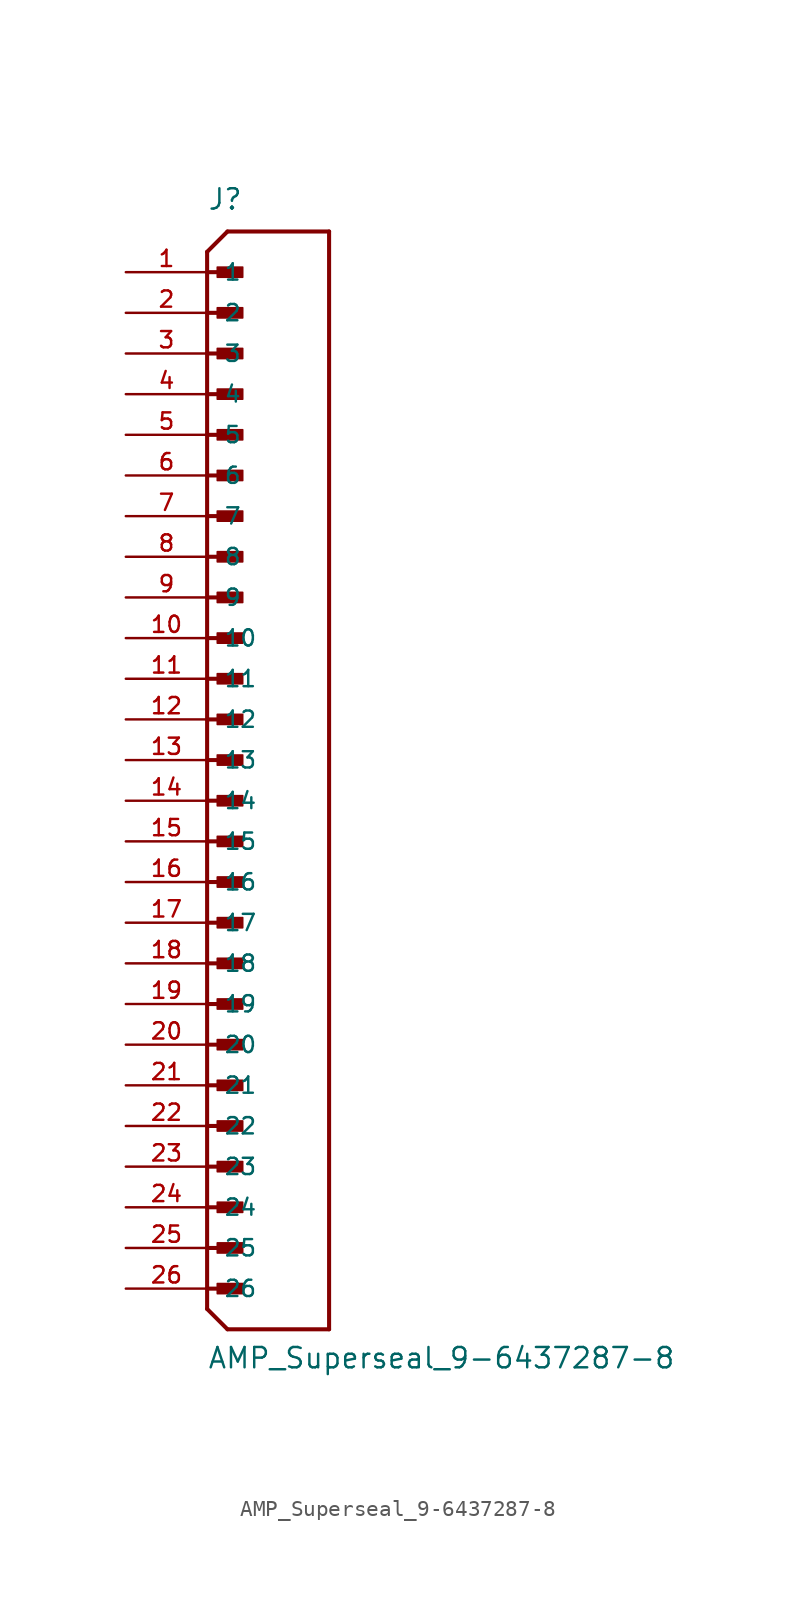
<source format=kicad_sym>
(kicad_symbol_lib
  (version 20241209)
  (generator "kicad_symbol_editor")
  (generator_version "9.0")
  (symbol "AMP_Superseal_9-6437287-8"
    (pin_names
      (offset 1.016))
    (property "Reference" "J"
      (at 0 34.29 0)
      (effects (font (size 1.27 1.27)) (justify left bottom)))
    (property "Value" "AMP_Superseal_9-6437287-8"
      (at 0 -38.1 0)
      (effects (font (size 1.27 1.27)) (justify left bottom)))
    (symbol "AMP_Superseal_9-6437287-8_0_0"
      (polyline (pts (xy 0 31.75) (xy 0 -34.29)) (stroke (width 0.254) (type default)) (fill (type none)))
      (polyline (pts (xy 0 31.75) (xy 1.27 33.02)) (stroke (width 0.254) (type default)) (fill (type none)))
      (polyline (pts (xy 0 30.48) (xy 1.905 30.48)) (stroke (width 0.254) (type default)) (fill (type none)))
      (polyline (pts (xy 0 27.94) (xy 1.905 27.94)) (stroke (width 0.254) (type default)) (fill (type none)))
      (polyline (pts (xy 0 25.4) (xy 1.905 25.4)) (stroke (width 0.254) (type default)) (fill (type none)))
      (polyline (pts (xy 0 22.86) (xy 1.905 22.86)) (stroke (width 0.254) (type default)) (fill (type none)))
      (polyline (pts (xy 0 20.32) (xy 1.905 20.32)) (stroke (width 0.254) (type default)) (fill (type none)))
      (polyline (pts (xy 0 17.78) (xy 1.905 17.78)) (stroke (width 0.254) (type default)) (fill (type none)))
      (polyline (pts (xy 0 15.24) (xy 1.905 15.24)) (stroke (width 0.254) (type default)) (fill (type none)))
      (polyline (pts (xy 0 12.7) (xy 1.905 12.7)) (stroke (width 0.254) (type default)) (fill (type none)))
      (polyline (pts (xy 0 10.16) (xy 1.905 10.16)) (stroke (width 0.254) (type default)) (fill (type none)))
      (polyline (pts (xy 0 7.62) (xy 1.905 7.62)) (stroke (width 0.254) (type default)) (fill (type none)))
      (polyline (pts (xy 0 5.08) (xy 1.905 5.08)) (stroke (width 0.254) (type default)) (fill (type none)))
      (polyline (pts (xy 0 2.54) (xy 1.905 2.54)) (stroke (width 0.254) (type default)) (fill (type none)))
      (polyline (pts (xy 0 0) (xy 1.905 0)) (stroke (width 0.254) (type default)) (fill (type none)))
      (polyline (pts (xy 0 -2.54) (xy 1.905 -2.54)) (stroke (width 0.254) (type default)) (fill (type none)))
      (polyline (pts (xy 0 -5.08) (xy 1.905 -5.08)) (stroke (width 0.254) (type default)) (fill (type none)))
      (polyline (pts (xy 0 -7.62) (xy 1.905 -7.62)) (stroke (width 0.254) (type default)) (fill (type none)))
      (polyline (pts (xy 0 -10.16) (xy 1.905 -10.16)) (stroke (width 0.254) (type default)) (fill (type none)))
      (polyline (pts (xy 0 -12.7) (xy 1.905 -12.7)) (stroke (width 0.254) (type default)) (fill (type none)))
      (polyline (pts (xy 0 -15.24) (xy 1.905 -15.24)) (stroke (width 0.254) (type default)) (fill (type none)))
      (polyline (pts (xy 0 -17.78) (xy 1.905 -17.78)) (stroke (width 0.254) (type default)) (fill (type none)))
      (polyline (pts (xy 0 -20.32) (xy 1.905 -20.32)) (stroke (width 0.254) (type default)) (fill (type none)))
      (polyline (pts (xy 0 -22.86) (xy 1.905 -22.86)) (stroke (width 0.254) (type default)) (fill (type none)))
      (polyline (pts (xy 0 -25.4) (xy 1.905 -25.4)) (stroke (width 0.254) (type default)) (fill (type none)))
      (polyline (pts (xy 0 -27.94) (xy 1.905 -27.94)) (stroke (width 0.254) (type default)) (fill (type none)))
      (polyline (pts (xy 0 -30.48) (xy 1.905 -30.48)) (stroke (width 0.254) (type default)) (fill (type none)))
      (polyline (pts (xy 0 -33.02) (xy 1.905 -33.02)) (stroke (width 0.254) (type default)) (fill (type none)))
      (polyline (pts (xy 0 -34.29) (xy 1.27 -35.56)) (stroke (width 0.254) (type default)) (fill (type none)))
      (rectangle (start 0.635 30.163) (end 2.223 30.797) (stroke (width 0.1) (type default)) (fill (type outline)))
      (rectangle (start 0.635 27.622) (end 2.223 28.258) (stroke (width 0.1) (type default)) (fill (type outline)))
      (rectangle (start 0.635 25.082) (end 2.223 25.718) (stroke (width 0.1) (type default)) (fill (type outline)))
      (rectangle (start 0.635 22.543) (end 2.223 23.177) (stroke (width 0.1) (type default)) (fill (type outline)))
      (rectangle (start 0.635 20.003) (end 2.223 20.637) (stroke (width 0.1) (type default)) (fill (type outline)))
      (rectangle (start 0.635 17.462) (end 2.223 18.098) (stroke (width 0.1) (type default)) (fill (type outline)))
      (rectangle (start 0.635 14.922) (end 2.223 15.557) (stroke (width 0.1) (type default)) (fill (type outline)))
      (rectangle (start 0.635 12.383) (end 2.223 13.018) (stroke (width 0.1) (type default)) (fill (type outline)))
      (rectangle (start 0.635 9.842) (end 2.223 10.477) (stroke (width 0.1) (type default)) (fill (type outline)))
      (rectangle (start 0.635 7.303) (end 2.223 7.938) (stroke (width 0.1) (type default)) (fill (type outline)))
      (rectangle (start 0.635 4.763) (end 2.223 5.397) (stroke (width 0.1) (type default)) (fill (type outline)))
      (rectangle (start 0.635 2.223) (end 2.223 2.857) (stroke (width 0.1) (type default)) (fill (type outline)))
      (rectangle (start 0.635 -0.318) (end 2.223 0.318) (stroke (width 0.1) (type default)) (fill (type outline)))
      (rectangle (start 0.635 -2.857) (end 2.223 -2.223) (stroke (width 0.1) (type default)) (fill (type outline)))
      (rectangle (start 0.635 -5.397) (end 2.223 -4.763) (stroke (width 0.1) (type default)) (fill (type outline)))
      (rectangle (start 0.635 -7.938) (end 2.223 -7.303) (stroke (width 0.1) (type default)) (fill (type outline)))
      (rectangle (start 0.635 -10.477) (end 2.223 -9.842) (stroke (width 0.1) (type default)) (fill (type outline)))
      (rectangle (start 0.635 -13.018) (end 2.223 -12.383) (stroke (width 0.1) (type default)) (fill (type outline)))
      (rectangle (start 0.635 -15.557) (end 2.223 -14.922) (stroke (width 0.1) (type default)) (fill (type outline)))
      (rectangle (start 0.635 -18.098) (end 2.223 -17.462) (stroke (width 0.1) (type default)) (fill (type outline)))
      (rectangle (start 0.635 -20.637) (end 2.223 -20.003) (stroke (width 0.1) (type default)) (fill (type outline)))
      (rectangle (start 0.635 -23.177) (end 2.223 -22.543) (stroke (width 0.1) (type default)) (fill (type outline)))
      (rectangle (start 0.635 -25.718) (end 2.223 -25.082) (stroke (width 0.1) (type default)) (fill (type outline)))
      (rectangle (start 0.635 -28.258) (end 2.223 -27.622) (stroke (width 0.1) (type default)) (fill (type outline)))
      (rectangle (start 0.635 -30.797) (end 2.223 -30.163) (stroke (width 0.1) (type default)) (fill (type outline)))
      (rectangle (start 0.635 -33.337) (end 2.223 -32.703) (stroke (width 0.1) (type default)) (fill (type outline)))
      (polyline (pts (xy 1.27 -35.56) (xy 7.62 -35.56)) (stroke (width 0.254) (type default)) (fill (type none)))
      (polyline (pts (xy 7.62 33.02) (xy 1.27 33.02)) (stroke (width 0.254) (type default)) (fill (type none)))
      (polyline (pts (xy 7.62 -35.56) (xy 7.62 33.02)) (stroke (width 0.254) (type default)) (fill (type none)))
      (pin passive line (at -5.08 30.48 0) (length 5.08) (name "1" (effects (font (size 1.016 1.016)))) (number "1" (effects (font (size 1.016 1.016)))))
      (pin passive line (at -5.08 27.94 0) (length 5.08) (name "2" (effects (font (size 1.016 1.016)))) (number "2" (effects (font (size 1.016 1.016)))))
      (pin passive line (at -5.08 25.4 0) (length 5.08) (name "3" (effects (font (size 1.016 1.016)))) (number "3" (effects (font (size 1.016 1.016)))))
      (pin passive line (at -5.08 22.86 0) (length 5.08) (name "4" (effects (font (size 1.016 1.016)))) (number "4" (effects (font (size 1.016 1.016)))))
      (pin passive line (at -5.08 20.32 0) (length 5.08) (name "5" (effects (font (size 1.016 1.016)))) (number "5" (effects (font (size 1.016 1.016)))))
      (pin passive line (at -5.08 17.78 0) (length 5.08) (name "6" (effects (font (size 1.016 1.016)))) (number "6" (effects (font (size 1.016 1.016)))))
      (pin passive line (at -5.08 15.24 0) (length 5.08) (name "7" (effects (font (size 1.016 1.016)))) (number "7" (effects (font (size 1.016 1.016)))))
      (pin passive line (at -5.08 12.7 0) (length 5.08) (name "8" (effects (font (size 1.016 1.016)))) (number "8" (effects (font (size 1.016 1.016)))))
      (pin passive line (at -5.08 10.16 0) (length 5.08) (name "9" (effects (font (size 1.016 1.016)))) (number "9" (effects (font (size 1.016 1.016)))))
      (pin passive line (at -5.08 7.62 0) (length 5.08) (name "10" (effects (font (size 1.016 1.016)))) (number "10" (effects (font (size 1.016 1.016)))))
      (pin passive line (at -5.08 5.08 0) (length 5.08) (name "11" (effects (font (size 1.016 1.016)))) (number "11" (effects (font (size 1.016 1.016)))))
      (pin passive line (at -5.08 2.54 0) (length 5.08) (name "12" (effects (font (size 1.016 1.016)))) (number "12" (effects (font (size 1.016 1.016)))))
      (pin passive line (at -5.08 0 0) (length 5.08) (name "13" (effects (font (size 1.016 1.016)))) (number "13" (effects (font (size 1.016 1.016)))))
      (pin passive line (at -5.08 -2.54 0) (length 5.08) (name "14" (effects (font (size 1.016 1.016)))) (number "14" (effects (font (size 1.016 1.016)))))
      (pin passive line (at -5.08 -5.08 0) (length 5.08) (name "15" (effects (font (size 1.016 1.016)))) (number "15" (effects (font (size 1.016 1.016)))))
      (pin passive line (at -5.08 -7.62 0) (length 5.08) (name "16" (effects (font (size 1.016 1.016)))) (number "16" (effects (font (size 1.016 1.016)))))
      (pin passive line (at -5.08 -10.16 0) (length 5.08) (name "17" (effects (font (size 1.016 1.016)))) (number "17" (effects (font (size 1.016 1.016)))))
      (pin passive line (at -5.08 -12.7 0) (length 5.08) (name "18" (effects (font (size 1.016 1.016)))) (number "18" (effects (font (size 1.016 1.016)))))
      (pin passive line (at -5.08 -15.24 0) (length 5.08) (name "19" (effects (font (size 1.016 1.016)))) (number "19" (effects (font (size 1.016 1.016)))))
      (pin passive line (at -5.08 -17.78 0) (length 5.08) (name "20" (effects (font (size 1.016 1.016)))) (number "20" (effects (font (size 1.016 1.016)))))
      (pin passive line (at -5.08 -20.32 0) (length 5.08) (name "21" (effects (font (size 1.016 1.016)))) (number "21" (effects (font (size 1.016 1.016)))))
      (pin passive line (at -5.08 -22.86 0) (length 5.08) (name "22" (effects (font (size 1.016 1.016)))) (number "22" (effects (font (size 1.016 1.016)))))
      (pin passive line (at -5.08 -25.4 0) (length 5.08) (name "23" (effects (font (size 1.016 1.016)))) (number "23" (effects (font (size 1.016 1.016)))))
      (pin passive line (at -5.08 -27.94 0) (length 5.08) (name "24" (effects (font (size 1.016 1.016)))) (number "24" (effects (font (size 1.016 1.016)))))
      (pin passive line (at -5.08 -30.48 0) (length 5.08) (name "25" (effects (font (size 1.016 1.016)))) (number "25" (effects (font (size 1.016 1.016)))))
      (pin passive line (at -5.08 -33.02 0) (length 5.08) (name "26" (effects (font (size 1.016 1.016)))) (number "26" (effects (font (size 1.016 1.016))))))))
</source>
